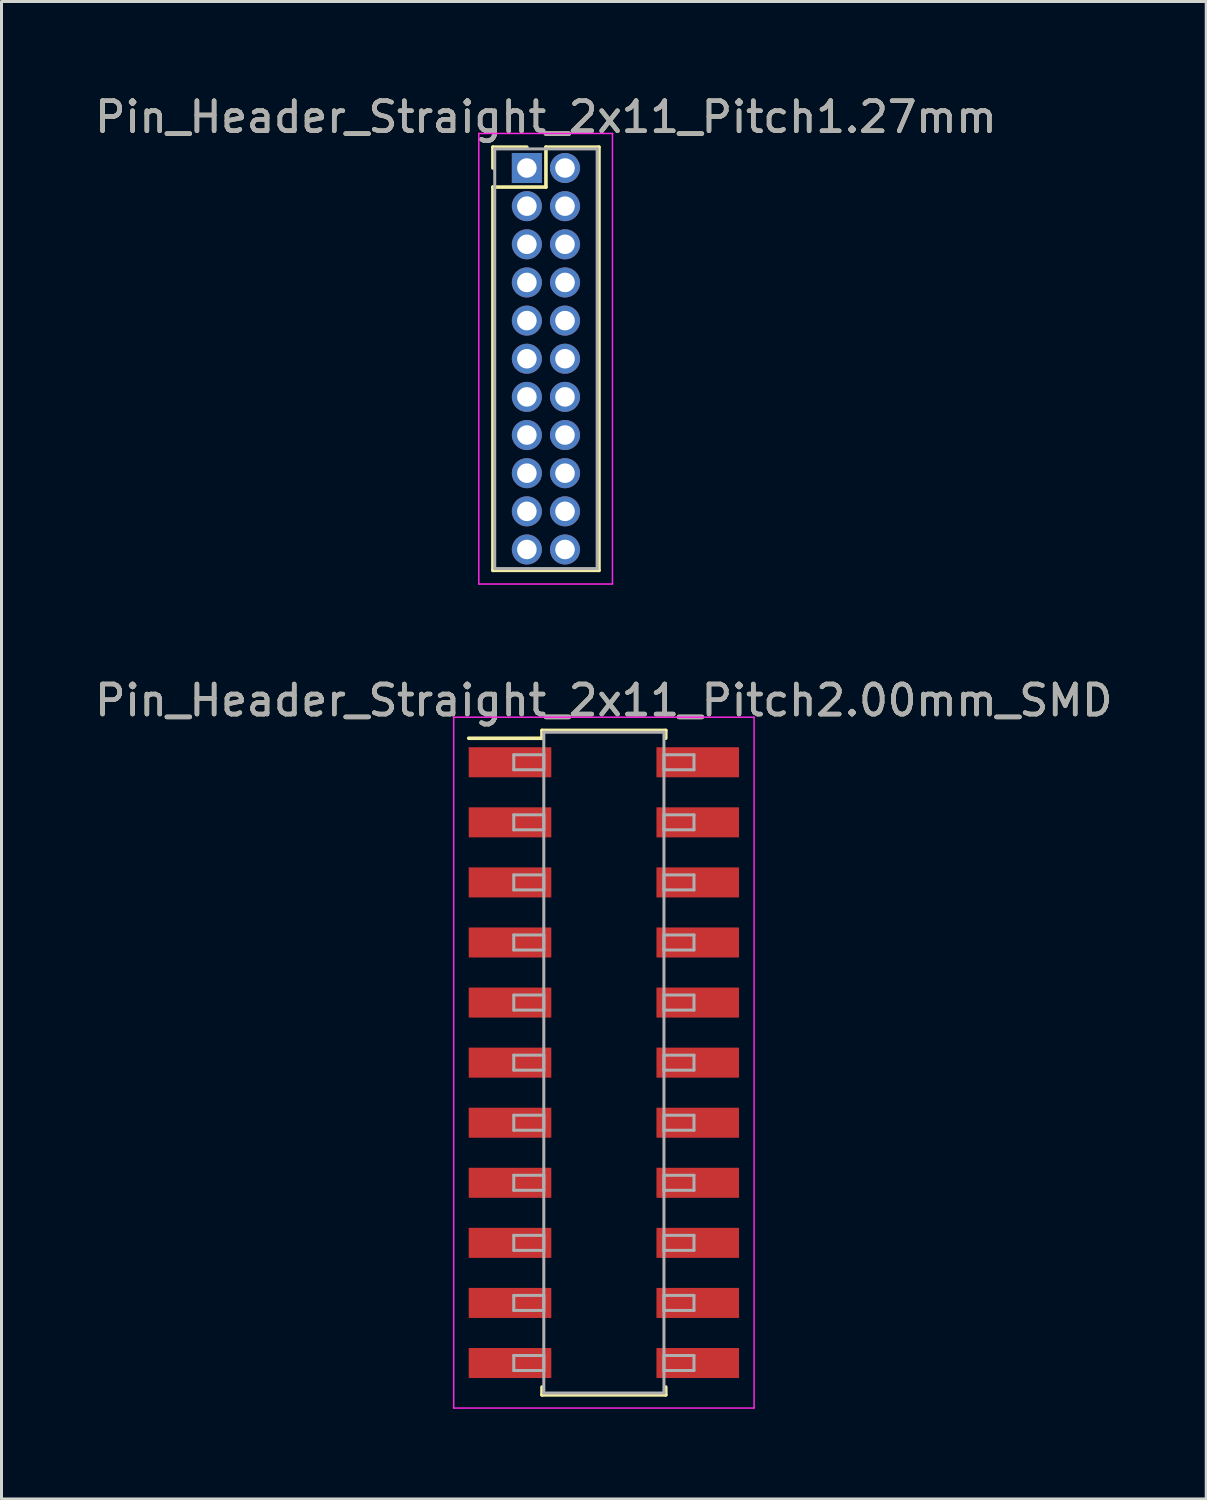
<source format=kicad_pcb>
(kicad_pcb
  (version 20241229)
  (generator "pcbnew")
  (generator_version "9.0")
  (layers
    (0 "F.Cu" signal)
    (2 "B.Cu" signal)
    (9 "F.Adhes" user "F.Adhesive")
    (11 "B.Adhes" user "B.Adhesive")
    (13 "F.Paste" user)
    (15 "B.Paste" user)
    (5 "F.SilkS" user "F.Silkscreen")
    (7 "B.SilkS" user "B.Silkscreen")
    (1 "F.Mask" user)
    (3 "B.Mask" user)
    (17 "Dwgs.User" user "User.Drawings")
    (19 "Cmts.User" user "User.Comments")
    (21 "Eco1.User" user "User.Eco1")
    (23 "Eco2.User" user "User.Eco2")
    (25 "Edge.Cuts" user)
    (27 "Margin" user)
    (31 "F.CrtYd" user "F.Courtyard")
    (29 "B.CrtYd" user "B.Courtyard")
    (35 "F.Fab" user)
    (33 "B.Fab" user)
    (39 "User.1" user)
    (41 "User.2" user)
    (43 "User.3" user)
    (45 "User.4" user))
  (footprint "Pin_Header_Straight_2x11_Pitch2.00mm_SMD"
    (layer "F.Cu")
    (at 17.054 32.327)
    (property "Reference" "Pin_Header_Straight_2x11_Pitch2.00mm_SMD" (at 0 -12.06 0) (layer "F.SilkS") (effects (font (size 1 1) (thickness 0.15))))
    (attr smd)
    (fp_line (start -4.5 -10.8) (end -2.06 -10.8) (stroke (width 0.12) (type solid)) (layer "F.SilkS"))
    (fp_line (start -2.06 -11.06) (end 2.06 -11.06) (stroke (width 0.12) (type solid)) (layer "F.SilkS"))
    (fp_line (start -2.06 -10.8) (end -2.06 -11.06) (stroke (width 0.12) (type solid)) (layer "F.SilkS"))
    (fp_line (start -2.06 10.8) (end -2.06 11.06) (stroke (width 0.12) (type solid)) (layer "F.SilkS"))
    (fp_line (start -2.06 11.06) (end 2.06 11.06) (stroke (width 0.12) (type solid)) (layer "F.SilkS"))
    (fp_line (start 2.06 -11.06) (end 2.06 -10.8) (stroke (width 0.12) (type solid)) (layer "F.SilkS"))
    (fp_line (start 2.06 11.06) (end 2.06 10.8) (stroke (width 0.12) (type solid)) (layer "F.SilkS"))
    (fp_line (start -5 -11.5) (end -5 11.5) (stroke (width 0.05) (type solid)) (layer "F.CrtYd"))
    (fp_line (start -5 11.5) (end 5 11.5) (stroke (width 0.05) (type solid)) (layer "F.CrtYd"))
    (fp_line (start 5 -11.5) (end -5 -11.5) (stroke (width 0.05) (type solid)) (layer "F.CrtYd"))
    (fp_line (start 5 11.5) (end 5 -11.5) (stroke (width 0.05) (type solid)) (layer "F.CrtYd"))
    (fp_line (start -3 -10.25) (end -2 -10.25) (stroke (width 0.1) (type solid)) (layer "F.Fab"))
    (fp_line (start -3 -9.75) (end -3 -10.25) (stroke (width 0.1) (type solid)) (layer "F.Fab"))
    (fp_line (start -3 -8.25) (end -2 -8.25) (stroke (width 0.1) (type solid)) (layer "F.Fab"))
    (fp_line (start -3 -7.75) (end -3 -8.25) (stroke (width 0.1) (type solid)) (layer "F.Fab"))
    (fp_line (start -3 -6.25) (end -2 -6.25) (stroke (width 0.1) (type solid)) (layer "F.Fab"))
    (fp_line (start -3 -5.75) (end -3 -6.25) (stroke (width 0.1) (type solid)) (layer "F.Fab"))
    (fp_line (start -3 -4.25) (end -2 -4.25) (stroke (width 0.1) (type solid)) (layer "F.Fab"))
    (fp_line (start -3 -3.75) (end -3 -4.25) (stroke (width 0.1) (type solid)) (layer "F.Fab"))
    (fp_line (start -3 -2.25) (end -2 -2.25) (stroke (width 0.1) (type solid)) (layer "F.Fab"))
    (fp_line (start -3 -1.75) (end -3 -2.25) (stroke (width 0.1) (type solid)) (layer "F.Fab"))
    (fp_line (start -3 -0.25) (end -2 -0.25) (stroke (width 0.1) (type solid)) (layer "F.Fab"))
    (fp_line (start -3 0.25) (end -3 -0.25) (stroke (width 0.1) (type solid)) (layer "F.Fab"))
    (fp_line (start -3 1.75) (end -2 1.75) (stroke (width 0.1) (type solid)) (layer "F.Fab"))
    (fp_line (start -3 2.25) (end -3 1.75) (stroke (width 0.1) (type solid)) (layer "F.Fab"))
    (fp_line (start -3 3.75) (end -2 3.75) (stroke (width 0.1) (type solid)) (layer "F.Fab"))
    (fp_line (start -3 4.25) (end -3 3.75) (stroke (width 0.1) (type solid)) (layer "F.Fab"))
    (fp_line (start -3 5.75) (end -2 5.75) (stroke (width 0.1) (type solid)) (layer "F.Fab"))
    (fp_line (start -3 6.25) (end -3 5.75) (stroke (width 0.1) (type solid)) (layer "F.Fab"))
    (fp_line (start -3 7.75) (end -2 7.75) (stroke (width 0.1) (type solid)) (layer "F.Fab"))
    (fp_line (start -3 8.25) (end -3 7.75) (stroke (width 0.1) (type solid)) (layer "F.Fab"))
    (fp_line (start -3 9.75) (end -2 9.75) (stroke (width 0.1) (type solid)) (layer "F.Fab"))
    (fp_line (start -3 10.25) (end -3 9.75) (stroke (width 0.1) (type solid)) (layer "F.Fab"))
    (fp_line (start -2 -11) (end -2 11) (stroke (width 0.1) (type solid)) (layer "F.Fab"))
    (fp_line (start -2 -10.25) (end -2 -9.75) (stroke (width 0.1) (type solid)) (layer "F.Fab"))
    (fp_line (start -2 -9.75) (end -3 -9.75) (stroke (width 0.1) (type solid)) (layer "F.Fab"))
    (fp_line (start -2 -8.25) (end -2 -7.75) (stroke (width 0.1) (type solid)) (layer "F.Fab"))
    (fp_line (start -2 -7.75) (end -3 -7.75) (stroke (width 0.1) (type solid)) (layer "F.Fab"))
    (fp_line (start -2 -6.25) (end -2 -5.75) (stroke (width 0.1) (type solid)) (layer "F.Fab"))
    (fp_line (start -2 -5.75) (end -3 -5.75) (stroke (width 0.1) (type solid)) (layer "F.Fab"))
    (fp_line (start -2 -4.25) (end -2 -3.75) (stroke (width 0.1) (type solid)) (layer "F.Fab"))
    (fp_line (start -2 -3.75) (end -3 -3.75) (stroke (width 0.1) (type solid)) (layer "F.Fab"))
    (fp_line (start -2 -2.25) (end -2 -1.75) (stroke (width 0.1) (type solid)) (layer "F.Fab"))
    (fp_line (start -2 -1.75) (end -3 -1.75) (stroke (width 0.1) (type solid)) (layer "F.Fab"))
    (fp_line (start -2 -0.25) (end -2 0.25) (stroke (width 0.1) (type solid)) (layer "F.Fab"))
    (fp_line (start -2 0.25) (end -3 0.25) (stroke (width 0.1) (type solid)) (layer "F.Fab"))
    (fp_line (start -2 1.75) (end -2 2.25) (stroke (width 0.1) (type solid)) (layer "F.Fab"))
    (fp_line (start -2 2.25) (end -3 2.25) (stroke (width 0.1) (type solid)) (layer "F.Fab"))
    (fp_line (start -2 3.75) (end -2 4.25) (stroke (width 0.1) (type solid)) (layer "F.Fab"))
    (fp_line (start -2 4.25) (end -3 4.25) (stroke (width 0.1) (type solid)) (layer "F.Fab"))
    (fp_line (start -2 5.75) (end -2 6.25) (stroke (width 0.1) (type solid)) (layer "F.Fab"))
    (fp_line (start -2 6.25) (end -3 6.25) (stroke (width 0.1) (type solid)) (layer "F.Fab"))
    (fp_line (start -2 7.75) (end -2 8.25) (stroke (width 0.1) (type solid)) (layer "F.Fab"))
    (fp_line (start -2 8.25) (end -3 8.25) (stroke (width 0.1) (type solid)) (layer "F.Fab"))
    (fp_line (start -2 9.75) (end -2 10.25) (stroke (width 0.1) (type solid)) (layer "F.Fab"))
    (fp_line (start -2 10.25) (end -3 10.25) (stroke (width 0.1) (type solid)) (layer "F.Fab"))
    (fp_line (start -2 11) (end 2 11) (stroke (width 0.1) (type solid)) (layer "F.Fab"))
    (fp_line (start 2 -11) (end -2 -11) (stroke (width 0.1) (type solid)) (layer "F.Fab"))
    (fp_line (start 2 -10.25) (end 2 -9.75) (stroke (width 0.1) (type solid)) (layer "F.Fab"))
    (fp_line (start 2 -9.75) (end 3 -9.75) (stroke (width 0.1) (type solid)) (layer "F.Fab"))
    (fp_line (start 2 -8.25) (end 2 -7.75) (stroke (width 0.1) (type solid)) (layer "F.Fab"))
    (fp_line (start 2 -7.75) (end 3 -7.75) (stroke (width 0.1) (type solid)) (layer "F.Fab"))
    (fp_line (start 2 -6.25) (end 2 -5.75) (stroke (width 0.1) (type solid)) (layer "F.Fab"))
    (fp_line (start 2 -5.75) (end 3 -5.75) (stroke (width 0.1) (type solid)) (layer "F.Fab"))
    (fp_line (start 2 -4.25) (end 2 -3.75) (stroke (width 0.1) (type solid)) (layer "F.Fab"))
    (fp_line (start 2 -3.75) (end 3 -3.75) (stroke (width 0.1) (type solid)) (layer "F.Fab"))
    (fp_line (start 2 -2.25) (end 2 -1.75) (stroke (width 0.1) (type solid)) (layer "F.Fab"))
    (fp_line (start 2 -1.75) (end 3 -1.75) (stroke (width 0.1) (type solid)) (layer "F.Fab"))
    (fp_line (start 2 -0.25) (end 2 0.25) (stroke (width 0.1) (type solid)) (layer "F.Fab"))
    (fp_line (start 2 0.25) (end 3 0.25) (stroke (width 0.1) (type solid)) (layer "F.Fab"))
    (fp_line (start 2 1.75) (end 2 2.25) (stroke (width 0.1) (type solid)) (layer "F.Fab"))
    (fp_line (start 2 2.25) (end 3 2.25) (stroke (width 0.1) (type solid)) (layer "F.Fab"))
    (fp_line (start 2 3.75) (end 2 4.25) (stroke (width 0.1) (type solid)) (layer "F.Fab"))
    (fp_line (start 2 4.25) (end 3 4.25) (stroke (width 0.1) (type solid)) (layer "F.Fab"))
    (fp_line (start 2 5.75) (end 2 6.25) (stroke (width 0.1) (type solid)) (layer "F.Fab"))
    (fp_line (start 2 6.25) (end 3 6.25) (stroke (width 0.1) (type solid)) (layer "F.Fab"))
    (fp_line (start 2 7.75) (end 2 8.25) (stroke (width 0.1) (type solid)) (layer "F.Fab"))
    (fp_line (start 2 8.25) (end 3 8.25) (stroke (width 0.1) (type solid)) (layer "F.Fab"))
    (fp_line (start 2 9.75) (end 2 10.25) (stroke (width 0.1) (type solid)) (layer "F.Fab"))
    (fp_line (start 2 10.25) (end 3 10.25) (stroke (width 0.1) (type solid)) (layer "F.Fab"))
    (fp_line (start 2 11) (end 2 -11) (stroke (width 0.1) (type solid)) (layer "F.Fab"))
    (fp_line (start 3 -10.25) (end 2 -10.25) (stroke (width 0.1) (type solid)) (layer "F.Fab"))
    (fp_line (start 3 -9.75) (end 3 -10.25) (stroke (width 0.1) (type solid)) (layer "F.Fab"))
    (fp_line (start 3 -8.25) (end 2 -8.25) (stroke (width 0.1) (type solid)) (layer "F.Fab"))
    (fp_line (start 3 -7.75) (end 3 -8.25) (stroke (width 0.1) (type solid)) (layer "F.Fab"))
    (fp_line (start 3 -6.25) (end 2 -6.25) (stroke (width 0.1) (type solid)) (layer "F.Fab"))
    (fp_line (start 3 -5.75) (end 3 -6.25) (stroke (width 0.1) (type solid)) (layer "F.Fab"))
    (fp_line (start 3 -4.25) (end 2 -4.25) (stroke (width 0.1) (type solid)) (layer "F.Fab"))
    (fp_line (start 3 -3.75) (end 3 -4.25) (stroke (width 0.1) (type solid)) (layer "F.Fab"))
    (fp_line (start 3 -2.25) (end 2 -2.25) (stroke (width 0.1) (type solid)) (layer "F.Fab"))
    (fp_line (start 3 -1.75) (end 3 -2.25) (stroke (width 0.1) (type solid)) (layer "F.Fab"))
    (fp_line (start 3 -0.25) (end 2 -0.25) (stroke (width 0.1) (type solid)) (layer "F.Fab"))
    (fp_line (start 3 0.25) (end 3 -0.25) (stroke (width 0.1) (type solid)) (layer "F.Fab"))
    (fp_line (start 3 1.75) (end 2 1.75) (stroke (width 0.1) (type solid)) (layer "F.Fab"))
    (fp_line (start 3 2.25) (end 3 1.75) (stroke (width 0.1) (type solid)) (layer "F.Fab"))
    (fp_line (start 3 3.75) (end 2 3.75) (stroke (width 0.1) (type solid)) (layer "F.Fab"))
    (fp_line (start 3 4.25) (end 3 3.75) (stroke (width 0.1) (type solid)) (layer "F.Fab"))
    (fp_line (start 3 5.75) (end 2 5.75) (stroke (width 0.1) (type solid)) (layer "F.Fab"))
    (fp_line (start 3 6.25) (end 3 5.75) (stroke (width 0.1) (type solid)) (layer "F.Fab"))
    (fp_line (start 3 7.75) (end 2 7.75) (stroke (width 0.1) (type solid)) (layer "F.Fab"))
    (fp_line (start 3 8.25) (end 3 7.75) (stroke (width 0.1) (type solid)) (layer "F.Fab"))
    (fp_line (start 3 9.75) (end 2 9.75) (stroke (width 0.1) (type solid)) (layer "F.Fab"))
    (fp_line (start 3 10.25) (end 3 9.75) (stroke (width 0.1) (type solid)) (layer "F.Fab"))
    (fp_text user "${REFERENCE}" (at 0 -12.06 0) (layer "F.Fab") (effects (font (size 1 1) (thickness 0.15))))
    (pad "1" smd rect (at -3.125 -10) (size 2.75 1) (layers "F.Cu" "F.Mask" "F.Paste"))
    (pad "2" smd rect (at 3.125 -10) (size 2.75 1) (layers "F.Cu" "F.Mask" "F.Paste"))
    (pad "3" smd rect (at -3.125 -8) (size 2.75 1) (layers "F.Cu" "F.Mask" "F.Paste"))
    (pad "4" smd rect (at 3.125 -8) (size 2.75 1) (layers "F.Cu" "F.Mask" "F.Paste"))
    (pad "5" smd rect (at -3.125 -6) (size 2.75 1) (layers "F.Cu" "F.Mask" "F.Paste"))
    (pad "6" smd rect (at 3.125 -6) (size 2.75 1) (layers "F.Cu" "F.Mask" "F.Paste"))
    (pad "7" smd rect (at -3.125 -4) (size 2.75 1) (layers "F.Cu" "F.Mask" "F.Paste"))
    (pad "8" smd rect (at 3.125 -4) (size 2.75 1) (layers "F.Cu" "F.Mask" "F.Paste"))
    (pad "9" smd rect (at -3.125 -2) (size 2.75 1) (layers "F.Cu" "F.Mask" "F.Paste"))
    (pad "10" smd rect (at 3.125 -2) (size 2.75 1) (layers "F.Cu" "F.Mask" "F.Paste"))
    (pad "11" smd rect (at -3.125 0) (size 2.75 1) (layers "F.Cu" "F.Mask" "F.Paste"))
    (pad "12" smd rect (at 3.125 0) (size 2.75 1) (layers "F.Cu" "F.Mask" "F.Paste"))
    (pad "13" smd rect (at -3.125 2) (size 2.75 1) (layers "F.Cu" "F.Mask" "F.Paste"))
    (pad "14" smd rect (at 3.125 2) (size 2.75 1) (layers "F.Cu" "F.Mask" "F.Paste"))
    (pad "15" smd rect (at -3.125 4) (size 2.75 1) (layers "F.Cu" "F.Mask" "F.Paste"))
    (pad "16" smd rect (at 3.125 4) (size 2.75 1) (layers "F.Cu" "F.Mask" "F.Paste"))
    (pad "17" smd rect (at -3.125 6) (size 2.75 1) (layers "F.Cu" "F.Mask" "F.Paste"))
    (pad "18" smd rect (at 3.125 6) (size 2.75 1) (layers "F.Cu" "F.Mask" "F.Paste"))
    (pad "19" smd rect (at -3.125 8) (size 2.75 1) (layers "F.Cu" "F.Mask" "F.Paste"))
    (pad "20" smd rect (at 3.125 8) (size 2.75 1) (layers "F.Cu" "F.Mask" "F.Paste"))
    (pad "21" smd rect (at -3.125 10) (size 2.75 1) (layers "F.Cu" "F.Mask" "F.Paste"))
    (pad "22" smd rect (at 3.125 10) (size 2.75 1) (layers "F.Cu" "F.Mask" "F.Paste")))
  (footprint "Pin_Header_Straight_2x11_Pitch1.27mm"
    (layer "F.Cu")
    (at 14.49 2.543)
    (property "Reference" "Pin_Header_Straight_2x11_Pitch1.27mm" (at 0.635 -1.695 0) (layer "F.SilkS") (effects (font (size 1 1) (thickness 0.15))))
    (attr through_hole)
    (fp_line (start -1.13 -0.695) (end 0 -0.695) (stroke (width 0.12) (type solid)) (layer "F.SilkS"))
    (fp_line (start -1.13 0) (end -1.13 -0.695) (stroke (width 0.12) (type solid)) (layer "F.SilkS"))
    (fp_line (start -1.13 0.635) (end -1.13 13.395) (stroke (width 0.12) (type solid)) (layer "F.SilkS"))
    (fp_line (start -1.13 13.395) (end 2.4 13.395) (stroke (width 0.12) (type solid)) (layer "F.SilkS"))
    (fp_line (start 0.635 -0.695) (end 0.635 0.635) (stroke (width 0.12) (type solid)) (layer "F.SilkS"))
    (fp_line (start 0.635 0.635) (end -1.13 0.635) (stroke (width 0.12) (type solid)) (layer "F.SilkS"))
    (fp_line (start 2.4 -0.695) (end 0.635 -0.695) (stroke (width 0.12) (type solid)) (layer "F.SilkS"))
    (fp_line (start 2.4 13.395) (end 2.4 -0.695) (stroke (width 0.12) (type solid)) (layer "F.SilkS"))
    (fp_line (start -1.6 -1.15) (end -1.6 13.85) (stroke (width 0.05) (type solid)) (layer "F.CrtYd"))
    (fp_line (start -1.6 13.85) (end 2.85 13.85) (stroke (width 0.05) (type solid)) (layer "F.CrtYd"))
    (fp_line (start 2.85 -1.15) (end -1.6 -1.15) (stroke (width 0.05) (type solid)) (layer "F.CrtYd"))
    (fp_line (start 2.85 13.85) (end 2.85 -1.15) (stroke (width 0.05) (type solid)) (layer "F.CrtYd"))
    (fp_line (start -1.07 -0.635) (end -1.07 13.335) (stroke (width 0.1) (type solid)) (layer "F.Fab"))
    (fp_line (start -1.07 13.335) (end 2.34 13.335) (stroke (width 0.1) (type solid)) (layer "F.Fab"))
    (fp_line (start 2.34 -0.635) (end -1.07 -0.635) (stroke (width 0.1) (type solid)) (layer "F.Fab"))
    (fp_line (start 2.34 13.335) (end 2.34 -0.635) (stroke (width 0.1) (type solid)) (layer "F.Fab"))
    (fp_text user "${REFERENCE}" (at 0.635 -1.695 0) (layer "F.Fab") (effects (font (size 1 1) (thickness 0.15))))
    (pad "1" thru_hole rect (at 0 0) (size 1 1) (drill 0.65) (layers "*.Cu" "*.Mask"))
    (pad "2" thru_hole oval (at 1.27 0) (size 1 1) (drill 0.65) (layers "*.Cu" "*.Mask"))
    (pad "3" thru_hole oval (at 0 1.27) (size 1 1) (drill 0.65) (layers "*.Cu" "*.Mask"))
    (pad "4" thru_hole oval (at 1.27 1.27) (size 1 1) (drill 0.65) (layers "*.Cu" "*.Mask"))
    (pad "5" thru_hole oval (at 0 2.54) (size 1 1) (drill 0.65) (layers "*.Cu" "*.Mask"))
    (pad "6" thru_hole oval (at 1.27 2.54) (size 1 1) (drill 0.65) (layers "*.Cu" "*.Mask"))
    (pad "7" thru_hole oval (at 0 3.81) (size 1 1) (drill 0.65) (layers "*.Cu" "*.Mask"))
    (pad "8" thru_hole oval (at 1.27 3.81) (size 1 1) (drill 0.65) (layers "*.Cu" "*.Mask"))
    (pad "9" thru_hole oval (at 0 5.08) (size 1 1) (drill 0.65) (layers "*.Cu" "*.Mask"))
    (pad "10" thru_hole oval (at 1.27 5.08) (size 1 1) (drill 0.65) (layers "*.Cu" "*.Mask"))
    (pad "11" thru_hole oval (at 0 6.35) (size 1 1) (drill 0.65) (layers "*.Cu" "*.Mask"))
    (pad "12" thru_hole oval (at 1.27 6.35) (size 1 1) (drill 0.65) (layers "*.Cu" "*.Mask"))
    (pad "13" thru_hole oval (at 0 7.62) (size 1 1) (drill 0.65) (layers "*.Cu" "*.Mask"))
    (pad "14" thru_hole oval (at 1.27 7.62) (size 1 1) (drill 0.65) (layers "*.Cu" "*.Mask"))
    (pad "15" thru_hole oval (at 0 8.89) (size 1 1) (drill 0.65) (layers "*.Cu" "*.Mask"))
    (pad "16" thru_hole oval (at 1.27 8.89) (size 1 1) (drill 0.65) (layers "*.Cu" "*.Mask"))
    (pad "17" thru_hole oval (at 0 10.16) (size 1 1) (drill 0.65) (layers "*.Cu" "*.Mask"))
    (pad "18" thru_hole oval (at 1.27 10.16) (size 1 1) (drill 0.65) (layers "*.Cu" "*.Mask"))
    (pad "19" thru_hole oval (at 0 11.43) (size 1 1) (drill 0.65) (layers "*.Cu" "*.Mask"))
    (pad "20" thru_hole oval (at 1.27 11.43) (size 1 1) (drill 0.65) (layers "*.Cu" "*.Mask"))
    (pad "21" thru_hole oval (at 0 12.7) (size 1 1) (drill 0.65) (layers "*.Cu" "*.Mask"))
    (pad "22" thru_hole oval (at 1.27 12.7) (size 1 1) (drill 0.65) (layers "*.Cu" "*.Mask")))
  (gr_rect
    (start -3 -3)
    (end 37.107 46.852)
    (stroke (width 0.1) (type default))
    (fill no)
    (layer "Edge.Cuts")))
</source>
